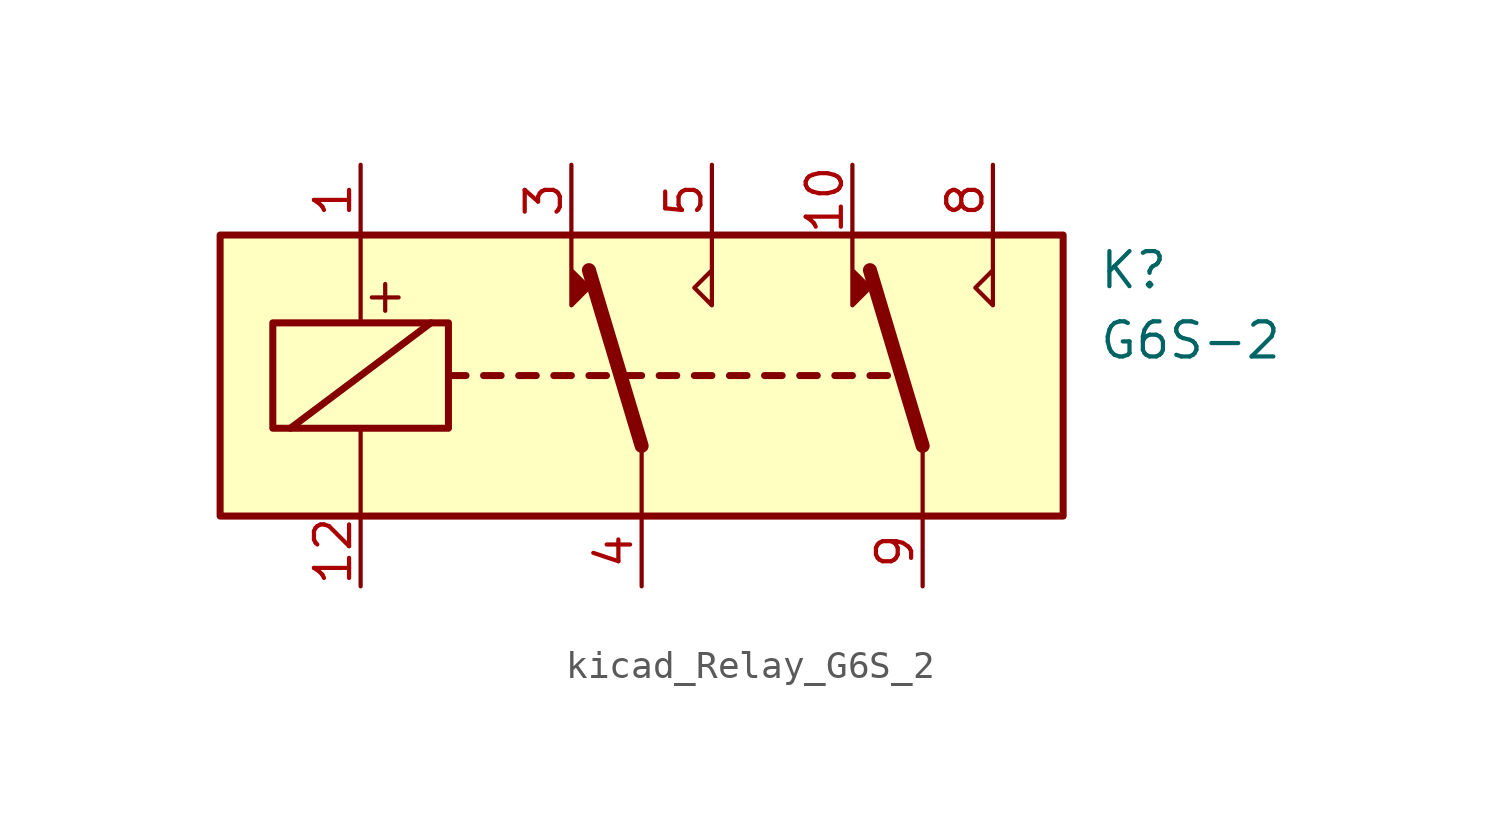
<source format=kicad_sym>
(kicad_symbol_lib
  (version 20220914)
  (generator kicad_symbol_editor)
  (symbol "kicad_Relay_G6S_2"
    (property "Reference" "K"
      (at 16.51 3.81 0)
      (effects (font (size 1.27 1.27)) (justify left)))
    (property "Value" "G6S-2"
      (at 16.51 1.27 0)
      (effects (font (size 1.27 1.27)) (justify left)))
    (symbol "kicad_Relay_G6S_2_0_0"
      (text "+" (at -9.271 2.921 0) (effects (font (size 1.27 1.27)))))
    (symbol "kicad_Relay_G6S_2_0_1"
      (rectangle (start -15.24 5.08) (end 15.24 -5.08) (stroke (width 0.254) (type default)) (fill (type background)))
      (rectangle (start -13.335 1.905) (end -6.985 -1.905) (stroke (width 0.254) (type default)) (fill (type none)))
      (polyline (pts (xy -12.7 -1.905) (xy -7.62 1.905)) (stroke (width 0.254) (type default)) (fill (type none)))
      (polyline (pts (xy -10.16 -5.08) (xy -10.16 -1.905)) (stroke (width 0) (type default)) (fill (type none)))
      (polyline (pts (xy -10.16 5.08) (xy -10.16 1.905)) (stroke (width 0) (type default)) (fill (type none)))
      (polyline (pts (xy -6.985 0) (xy -6.35 0)) (stroke (width 0.254) (type default)) (fill (type none)))
      (polyline (pts (xy -5.715 0) (xy -5.08 0)) (stroke (width 0.254) (type default)) (fill (type none)))
      (polyline (pts (xy -4.445 0) (xy -3.81 0)) (stroke (width 0.254) (type default)) (fill (type none)))
      (polyline (pts (xy -3.175 0) (xy -2.54 0)) (stroke (width 0.254) (type default)) (fill (type none)))
      (polyline (pts (xy -1.905 0) (xy -1.27 0)) (stroke (width 0.254) (type default)) (fill (type none)))
      (polyline (pts (xy -0.635 0) (xy 0 0)) (stroke (width 0.254) (type default)) (fill (type none)))
      (polyline (pts (xy 0 -2.54) (xy -1.905 3.81)) (stroke (width 0.508) (type default)) (fill (type none)))
      (polyline (pts (xy 0 -2.54) (xy 0 -5.08)) (stroke (width 0) (type default)) (fill (type none)))
      (polyline (pts (xy 0.635 0) (xy 1.27 0)) (stroke (width 0.254) (type default)) (fill (type none)))
      (polyline (pts (xy 1.905 0) (xy 2.54 0)) (stroke (width 0.254) (type default)) (fill (type none)))
      (polyline (pts (xy 3.175 0) (xy 3.81 0)) (stroke (width 0.254) (type default)) (fill (type none)))
      (polyline (pts (xy 4.445 0) (xy 5.08 0)) (stroke (width 0.254) (type default)) (fill (type none)))
      (polyline (pts (xy 5.715 0) (xy 6.35 0)) (stroke (width 0.254) (type default)) (fill (type none)))
      (polyline (pts (xy 6.985 0) (xy 7.62 0)) (stroke (width 0.254) (type default)) (fill (type none)))
      (polyline (pts (xy 8.255 0) (xy 8.89 0)) (stroke (width 0.254) (type default)) (fill (type none)))
      (polyline (pts (xy 10.16 -2.54) (xy 8.255 3.81)) (stroke (width 0.508) (type default)) (fill (type none)))
      (polyline (pts (xy 10.16 -2.54) (xy 10.16 -5.08)) (stroke (width 0) (type default)) (fill (type none)))
      (polyline (pts (xy -2.54 5.08) (xy -2.54 2.54) (xy -1.905 3.175) (xy -2.54 3.81)) (stroke (width 0) (type default)) (fill (type outline)))
      (polyline (pts (xy 2.54 5.08) (xy 2.54 2.54) (xy 1.905 3.175) (xy 2.54 3.81)) (stroke (width 0) (type default)) (fill (type none)))
      (polyline (pts (xy 7.62 5.08) (xy 7.62 2.54) (xy 8.255 3.175) (xy 7.62 3.81)) (stroke (width 0) (type default)) (fill (type outline)))
      (polyline (pts (xy 12.7 5.08) (xy 12.7 2.54) (xy 12.065 3.175) (xy 12.7 3.81)) (stroke (width 0) (type default)) (fill (type none))))
    (symbol "kicad_Relay_G6S_2_1_1"
      (pin passive line (at -10.16 7.62 270) (length 2.54) (name "~" (effects (font (size 1.27 1.27)))) (number "1" (effects (font (size 1.27 1.27)))))
      (pin passive line (at 7.62 7.62 270) (length 2.54) (name "~" (effects (font (size 1.27 1.27)))) (number "10" (effects (font (size 1.27 1.27)))))
      (pin passive line (at -10.16 -7.62 90) (length 2.54) (name "~" (effects (font (size 1.27 1.27)))) (number "12" (effects (font (size 1.27 1.27)))))
      (pin passive line (at -2.54 7.62 270) (length 2.54) (name "~" (effects (font (size 1.27 1.27)))) (number "3" (effects (font (size 1.27 1.27)))))
      (pin passive line (at 0 -7.62 90) (length 2.54) (name "~" (effects (font (size 1.27 1.27)))) (number "4" (effects (font (size 1.27 1.27)))))
      (pin passive line (at 2.54 7.62 270) (length 2.54) (name "~" (effects (font (size 1.27 1.27)))) (number "5" (effects (font (size 1.27 1.27)))))
      (pin passive line (at 12.7 7.62 270) (length 2.54) (name "~" (effects (font (size 1.27 1.27)))) (number "8" (effects (font (size 1.27 1.27)))))
      (pin passive line (at 10.16 -7.62 90) (length 2.54) (name "~" (effects (font (size 1.27 1.27)))) (number "9" (effects (font (size 1.27 1.27))))))))
</source>
